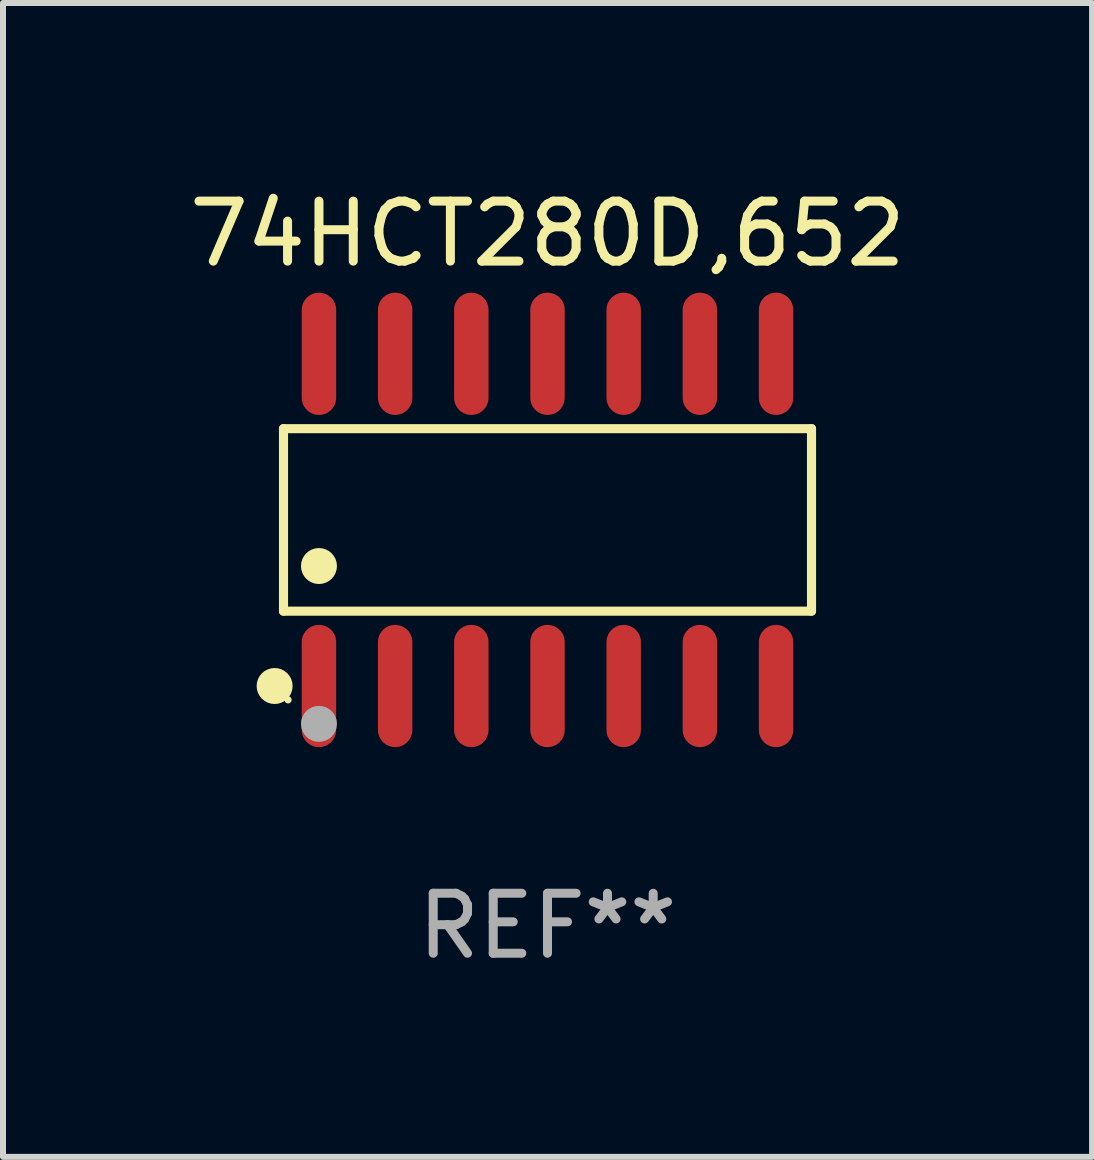
<source format=kicad_pcb>
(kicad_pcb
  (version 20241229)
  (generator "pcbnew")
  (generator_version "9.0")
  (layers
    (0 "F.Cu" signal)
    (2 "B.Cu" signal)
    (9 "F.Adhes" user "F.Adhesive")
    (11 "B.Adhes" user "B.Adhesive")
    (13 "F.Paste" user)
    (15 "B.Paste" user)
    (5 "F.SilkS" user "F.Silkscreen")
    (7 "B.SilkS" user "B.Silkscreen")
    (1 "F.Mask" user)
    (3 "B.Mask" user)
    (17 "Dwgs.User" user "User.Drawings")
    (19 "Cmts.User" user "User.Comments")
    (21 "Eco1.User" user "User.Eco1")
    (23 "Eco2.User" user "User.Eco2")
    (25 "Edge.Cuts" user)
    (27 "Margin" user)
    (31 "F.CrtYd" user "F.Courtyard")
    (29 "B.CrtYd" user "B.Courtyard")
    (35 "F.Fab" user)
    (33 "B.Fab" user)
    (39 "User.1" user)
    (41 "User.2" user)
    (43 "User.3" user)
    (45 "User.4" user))
  (footprint "74HCT280D,652"
    (layer "F.Cu")
    (at 6.077 5.617)
    (property "Reference" "74HCT280D,652" (at 0 -4.769 0) (layer "F.SilkS") (effects (font (size 1 1) (thickness 0.15))))
    (attr through_hole)
    (fp_line (start -4.401 -1.521) (end 4.401 -1.521) (stroke (width 0.152) (type solid)) (layer "F.SilkS"))
    (fp_line (start -4.401 1.521) (end -4.401 -1.521) (stroke (width 0.152) (type solid)) (layer "F.SilkS"))
    (fp_line (start 4.401 -1.521) (end 4.401 1.521) (stroke (width 0.152) (type solid)) (layer "F.SilkS"))
    (fp_line (start 4.401 1.521) (end -4.401 1.521) (stroke (width 0.152) (type solid)) (layer "F.SilkS"))
    (fp_circle (center -4.549 2.769) (end -4.399 2.769) (stroke (width 0.3) (type solid)) (fill no) (layer "F.SilkS"))
    (fp_circle (center -4.325 3) (end -4.295 3) (stroke (width 0.06) (type solid)) (fill no) (layer "F.SilkS"))
    (fp_circle (center -3.81 0.769) (end -3.66 0.769) (stroke (width 0.3) (type solid)) (fill no) (layer "F.SilkS"))
    (fp_circle (center -3.81 3.4) (end -3.66 3.4) (stroke (width 0.3) (type solid)) (fill no) (layer "F.Fab"))
    (fp_text user "REF**" (at 0 6.769 0) (layer "F.Fab") (effects (font (size 1 1) (thickness 0.15))))
    (pad "1" smd oval (at -3.81 2.769) (size 0.574 2.038) (layers "F.Cu" "F.Mask" "F.Paste"))
    (pad "2" smd oval (at -2.54 2.769) (size 0.574 2.038) (layers "F.Cu" "F.Mask" "F.Paste"))
    (pad "3" smd oval (at -1.27 2.769) (size 0.574 2.038) (layers "F.Cu" "F.Mask" "F.Paste"))
    (pad "4" smd oval (at 0 2.769) (size 0.574 2.038) (layers "F.Cu" "F.Mask" "F.Paste"))
    (pad "5" smd oval (at 1.27 2.769) (size 0.574 2.038) (layers "F.Cu" "F.Mask" "F.Paste"))
    (pad "6" smd oval (at 2.54 2.769) (size 0.574 2.038) (layers "F.Cu" "F.Mask" "F.Paste"))
    (pad "7" smd oval (at 3.81 2.769) (size 0.574 2.038) (layers "F.Cu" "F.Mask" "F.Paste"))
    (pad "8" smd oval (at 3.81 -2.769) (size 0.574 2.038) (layers "F.Cu" "F.Mask" "F.Paste"))
    (pad "9" smd oval (at 2.54 -2.769) (size 0.574 2.038) (layers "F.Cu" "F.Mask" "F.Paste"))
    (pad "10" smd oval (at 1.27 -2.769) (size 0.574 2.038) (layers "F.Cu" "F.Mask" "F.Paste"))
    (pad "11" smd oval (at 0 -2.769) (size 0.574 2.038) (layers "F.Cu" "F.Mask" "F.Paste"))
    (pad "12" smd oval (at -1.27 -2.769) (size 0.574 2.038) (layers "F.Cu" "F.Mask" "F.Paste"))
    (pad "13" smd oval (at -2.54 -2.769) (size 0.574 2.038) (layers "F.Cu" "F.Mask" "F.Paste"))
    (pad "14" smd oval (at -3.81 -2.769) (size 0.574 2.038) (layers "F.Cu" "F.Mask" "F.Paste")))
  (gr_rect
    (start -3 -3)
    (end 15.155 16.235)
    (stroke (width 0.1) (type default))
    (fill no)
    (layer "Edge.Cuts")))
</source>
